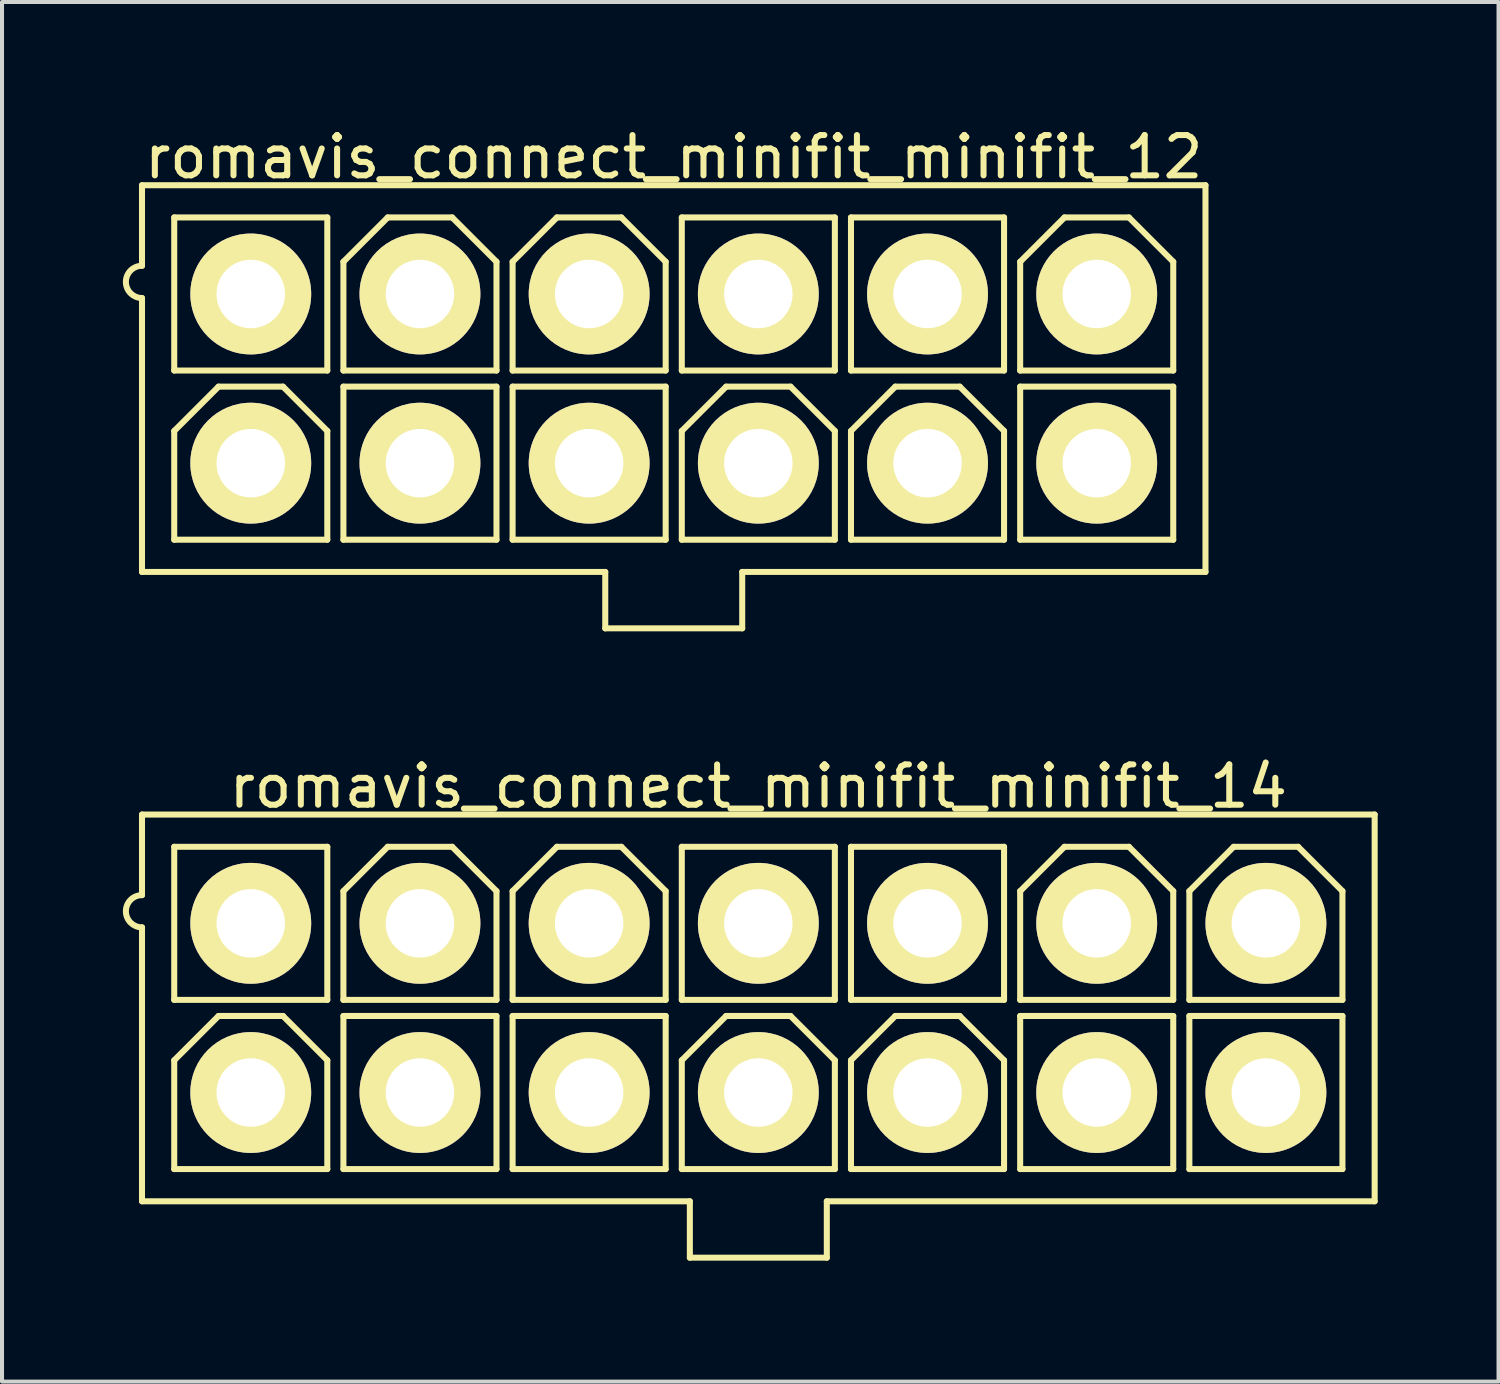
<source format=kicad_pcb>
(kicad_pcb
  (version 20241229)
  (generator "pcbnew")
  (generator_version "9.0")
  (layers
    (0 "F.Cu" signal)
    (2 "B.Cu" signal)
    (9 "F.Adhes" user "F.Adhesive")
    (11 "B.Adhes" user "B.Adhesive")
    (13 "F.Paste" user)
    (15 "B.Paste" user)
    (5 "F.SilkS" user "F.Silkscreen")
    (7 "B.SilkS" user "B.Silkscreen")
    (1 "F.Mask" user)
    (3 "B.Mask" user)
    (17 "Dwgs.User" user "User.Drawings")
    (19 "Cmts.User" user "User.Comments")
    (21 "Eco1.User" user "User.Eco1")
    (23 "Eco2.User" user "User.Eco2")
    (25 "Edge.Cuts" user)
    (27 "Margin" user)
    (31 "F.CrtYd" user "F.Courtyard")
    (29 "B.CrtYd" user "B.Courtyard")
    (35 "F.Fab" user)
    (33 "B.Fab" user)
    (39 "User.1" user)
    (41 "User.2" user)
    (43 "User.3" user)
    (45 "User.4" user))
  (footprint "romavis_connect_minifit_minifit_14"
    (layer "F.Cu")
    (at 15.775 21.971)
    (property "Reference" "romavis_connect_minifit_minifit_14" (at 0 -5.5 0) (layer "F.SilkS") (effects (font (size 1 1) (thickness 0.15))))
    (attr through_hole)
    (fp_line (start -15.3 -4.8) (end -15.3 -2.8) (stroke (width 0.15) (type solid)) (layer "F.SilkS"))
    (fp_line (start -15.3 -4.8) (end 15.3 -4.8) (stroke (width 0.15) (type solid)) (layer "F.SilkS"))
    (fp_line (start -15.3 -2) (end -15.3 4.8) (stroke (width 0.15) (type solid)) (layer "F.SilkS"))
    (fp_line (start -14.5 -4) (end -14.5 -0.2) (stroke (width 0.15) (type solid)) (layer "F.SilkS"))
    (fp_line (start -14.5 -0.2) (end -10.7 -0.2) (stroke (width 0.15) (type solid)) (layer "F.SilkS"))
    (fp_line (start -14.5 1.3) (end -14.5 4) (stroke (width 0.15) (type solid)) (layer "F.SilkS"))
    (fp_line (start -13.4 0.2) (end -14.5 1.3) (stroke (width 0.15) (type solid)) (layer "F.SilkS"))
    (fp_line (start -13.4 0.2) (end -11.8 0.2) (stroke (width 0.15) (type solid)) (layer "F.SilkS"))
    (fp_line (start -11.8 0.2) (end -10.7 1.3) (stroke (width 0.15) (type solid)) (layer "F.SilkS"))
    (fp_line (start -10.7 -4) (end -14.5 -4) (stroke (width 0.15) (type solid)) (layer "F.SilkS"))
    (fp_line (start -10.7 -0.2) (end -10.7 -4) (stroke (width 0.15) (type solid)) (layer "F.SilkS"))
    (fp_line (start -10.7 1.3) (end -10.7 4) (stroke (width 0.15) (type solid)) (layer "F.SilkS"))
    (fp_line (start -10.7 4) (end -14.5 4) (stroke (width 0.15) (type solid)) (layer "F.SilkS"))
    (fp_line (start -10.3 -2.9) (end -10.3 -0.2) (stroke (width 0.15) (type solid)) (layer "F.SilkS"))
    (fp_line (start -10.3 0.2) (end -10.3 4) (stroke (width 0.15) (type solid)) (layer "F.SilkS"))
    (fp_line (start -10.3 4) (end -6.5 4) (stroke (width 0.15) (type solid)) (layer "F.SilkS"))
    (fp_line (start -9.2 -4) (end -10.3 -2.9) (stroke (width 0.15) (type solid)) (layer "F.SilkS"))
    (fp_line (start -9.2 -4) (end -7.6 -4) (stroke (width 0.15) (type solid)) (layer "F.SilkS"))
    (fp_line (start -7.6 -4) (end -6.5 -2.9) (stroke (width 0.15) (type solid)) (layer "F.SilkS"))
    (fp_line (start -6.5 -2.9) (end -6.5 -0.2) (stroke (width 0.15) (type solid)) (layer "F.SilkS"))
    (fp_line (start -6.5 -0.2) (end -10.3 -0.2) (stroke (width 0.15) (type solid)) (layer "F.SilkS"))
    (fp_line (start -6.5 0.2) (end -10.3 0.2) (stroke (width 0.15) (type solid)) (layer "F.SilkS"))
    (fp_line (start -6.5 4) (end -6.5 0.2) (stroke (width 0.15) (type solid)) (layer "F.SilkS"))
    (fp_line (start -6.1 -2.9) (end -6.1 -0.2) (stroke (width 0.15) (type solid)) (layer "F.SilkS"))
    (fp_line (start -6.1 0.2) (end -6.1 4) (stroke (width 0.15) (type solid)) (layer "F.SilkS"))
    (fp_line (start -6.1 4) (end -2.3 4) (stroke (width 0.15) (type solid)) (layer "F.SilkS"))
    (fp_line (start -5 -4) (end -6.1 -2.9) (stroke (width 0.15) (type solid)) (layer "F.SilkS"))
    (fp_line (start -5 -4) (end -3.4 -4) (stroke (width 0.15) (type solid)) (layer "F.SilkS"))
    (fp_line (start -3.4 -4) (end -2.3 -2.9) (stroke (width 0.15) (type solid)) (layer "F.SilkS"))
    (fp_line (start -2.3 -2.9) (end -2.3 -0.2) (stroke (width 0.15) (type solid)) (layer "F.SilkS"))
    (fp_line (start -2.3 -0.2) (end -6.1 -0.2) (stroke (width 0.15) (type solid)) (layer "F.SilkS"))
    (fp_line (start -2.3 0.2) (end -6.1 0.2) (stroke (width 0.15) (type solid)) (layer "F.SilkS"))
    (fp_line (start -2.3 4) (end -2.3 0.2) (stroke (width 0.15) (type solid)) (layer "F.SilkS"))
    (fp_line (start -1.9 -4) (end -1.9 -0.2) (stroke (width 0.15) (type solid)) (layer "F.SilkS"))
    (fp_line (start -1.9 -0.2) (end 1.9 -0.2) (stroke (width 0.15) (type solid)) (layer "F.SilkS"))
    (fp_line (start -1.9 1.3) (end -1.9 4) (stroke (width 0.15) (type solid)) (layer "F.SilkS"))
    (fp_line (start -1.7 4.8) (end -15.3 4.8) (stroke (width 0.15) (type solid)) (layer "F.SilkS"))
    (fp_line (start -1.7 4.8) (end -1.7 6.2) (stroke (width 0.15) (type solid)) (layer "F.SilkS"))
    (fp_line (start -1.7 6.2) (end 1.7 6.2) (stroke (width 0.15) (type solid)) (layer "F.SilkS"))
    (fp_line (start -0.8 0.2) (end -1.9 1.3) (stroke (width 0.15) (type solid)) (layer "F.SilkS"))
    (fp_line (start -0.8 0.2) (end 0.8 0.2) (stroke (width 0.15) (type solid)) (layer "F.SilkS"))
    (fp_line (start 0.8 0.2) (end 1.9 1.3) (stroke (width 0.15) (type solid)) (layer "F.SilkS"))
    (fp_line (start 1.7 4.8) (end 15.3 4.8) (stroke (width 0.15) (type solid)) (layer "F.SilkS"))
    (fp_line (start 1.7 6.2) (end 1.7 4.8) (stroke (width 0.15) (type solid)) (layer "F.SilkS"))
    (fp_line (start 1.9 -4) (end -1.9 -4) (stroke (width 0.15) (type solid)) (layer "F.SilkS"))
    (fp_line (start 1.9 -0.2) (end 1.9 -4) (stroke (width 0.15) (type solid)) (layer "F.SilkS"))
    (fp_line (start 1.9 1.3) (end 1.9 4) (stroke (width 0.15) (type solid)) (layer "F.SilkS"))
    (fp_line (start 1.9 4) (end -1.9 4) (stroke (width 0.15) (type solid)) (layer "F.SilkS"))
    (fp_line (start 2.3 -4) (end 2.3 -0.2) (stroke (width 0.15) (type solid)) (layer "F.SilkS"))
    (fp_line (start 2.3 -0.2) (end 6.1 -0.2) (stroke (width 0.15) (type solid)) (layer "F.SilkS"))
    (fp_line (start 2.3 1.3) (end 2.3 4) (stroke (width 0.15) (type solid)) (layer "F.SilkS"))
    (fp_line (start 3.4 0.2) (end 2.3 1.3) (stroke (width 0.15) (type solid)) (layer "F.SilkS"))
    (fp_line (start 3.4 0.2) (end 5 0.2) (stroke (width 0.15) (type solid)) (layer "F.SilkS"))
    (fp_line (start 5 0.2) (end 6.1 1.3) (stroke (width 0.15) (type solid)) (layer "F.SilkS"))
    (fp_line (start 6.1 -4) (end 2.3 -4) (stroke (width 0.15) (type solid)) (layer "F.SilkS"))
    (fp_line (start 6.1 -0.2) (end 6.1 -4) (stroke (width 0.15) (type solid)) (layer "F.SilkS"))
    (fp_line (start 6.1 1.3) (end 6.1 4) (stroke (width 0.15) (type solid)) (layer "F.SilkS"))
    (fp_line (start 6.1 4) (end 2.3 4) (stroke (width 0.15) (type solid)) (layer "F.SilkS"))
    (fp_line (start 6.5 -2.9) (end 6.5 -0.2) (stroke (width 0.15) (type solid)) (layer "F.SilkS"))
    (fp_line (start 6.5 0.2) (end 6.5 4) (stroke (width 0.15) (type solid)) (layer "F.SilkS"))
    (fp_line (start 6.5 4) (end 10.3 4) (stroke (width 0.15) (type solid)) (layer "F.SilkS"))
    (fp_line (start 7.6 -4) (end 6.5 -2.9) (stroke (width 0.15) (type solid)) (layer "F.SilkS"))
    (fp_line (start 7.6 -4) (end 9.2 -4) (stroke (width 0.15) (type solid)) (layer "F.SilkS"))
    (fp_line (start 9.2 -4) (end 10.3 -2.9) (stroke (width 0.15) (type solid)) (layer "F.SilkS"))
    (fp_line (start 10.3 -2.9) (end 10.3 -0.2) (stroke (width 0.15) (type solid)) (layer "F.SilkS"))
    (fp_line (start 10.3 -0.2) (end 6.5 -0.2) (stroke (width 0.15) (type solid)) (layer "F.SilkS"))
    (fp_line (start 10.3 0.2) (end 6.5 0.2) (stroke (width 0.15) (type solid)) (layer "F.SilkS"))
    (fp_line (start 10.3 4) (end 10.3 0.2) (stroke (width 0.15) (type solid)) (layer "F.SilkS"))
    (fp_line (start 10.7 -2.9) (end 10.7 -0.2) (stroke (width 0.15) (type solid)) (layer "F.SilkS"))
    (fp_line (start 10.7 0.2) (end 10.7 4) (stroke (width 0.15) (type solid)) (layer "F.SilkS"))
    (fp_line (start 10.7 4) (end 14.5 4) (stroke (width 0.15) (type solid)) (layer "F.SilkS"))
    (fp_line (start 11.8 -4) (end 10.7 -2.9) (stroke (width 0.15) (type solid)) (layer "F.SilkS"))
    (fp_line (start 11.8 -4) (end 13.4 -4) (stroke (width 0.15) (type solid)) (layer "F.SilkS"))
    (fp_line (start 13.4 -4) (end 14.5 -2.9) (stroke (width 0.15) (type solid)) (layer "F.SilkS"))
    (fp_line (start 14.5 -2.9) (end 14.5 -0.2) (stroke (width 0.15) (type solid)) (layer "F.SilkS"))
    (fp_line (start 14.5 -0.2) (end 10.7 -0.2) (stroke (width 0.15) (type solid)) (layer "F.SilkS"))
    (fp_line (start 14.5 0.2) (end 10.7 0.2) (stroke (width 0.15) (type solid)) (layer "F.SilkS"))
    (fp_line (start 14.5 4) (end 14.5 0.2) (stroke (width 0.15) (type solid)) (layer "F.SilkS"))
    (fp_line (start 15.3 -4.8) (end 15.3 4.8) (stroke (width 0.15) (type solid)) (layer "F.SilkS"))
    (fp_arc (start -15.3 -2) (mid -15.7 -2.4) (end -15.3 -2.8) (stroke (width 0.15) (type solid)) (layer "F.SilkS"))
    (pad "1" thru_hole circle (at -12.6 -2.1) (size 3 3) (drill 1.7) (layers "*.Cu" "*.Mask" "F.SilkS"))
    (pad "2" thru_hole circle (at -8.4 -2.1) (size 3 3) (drill 1.7) (layers "*.Cu" "*.Mask" "F.SilkS"))
    (pad "3" thru_hole circle (at -4.2 -2.1) (size 3 3) (drill 1.7) (layers "*.Cu" "*.Mask" "F.SilkS"))
    (pad "4" thru_hole circle (at 0 -2.1) (size 3 3) (drill 1.7) (layers "*.Cu" "*.Mask" "F.SilkS"))
    (pad "5" thru_hole circle (at 4.2 -2.1) (size 3 3) (drill 1.7) (layers "*.Cu" "*.Mask" "F.SilkS"))
    (pad "6" thru_hole circle (at 8.4 -2.1) (size 3 3) (drill 1.7) (layers "*.Cu" "*.Mask" "F.SilkS"))
    (pad "7" thru_hole circle (at 12.6 -2.1) (size 3 3) (drill 1.7) (layers "*.Cu" "*.Mask" "F.SilkS"))
    (pad "8" thru_hole circle (at -12.6 2.1) (size 3 3) (drill 1.7) (layers "*.Cu" "*.Mask" "F.SilkS"))
    (pad "9" thru_hole circle (at -8.4 2.1) (size 3 3) (drill 1.7) (layers "*.Cu" "*.Mask" "F.SilkS"))
    (pad "10" thru_hole circle (at -4.2 2.1) (size 3 3) (drill 1.7) (layers "*.Cu" "*.Mask" "F.SilkS"))
    (pad "11" thru_hole circle (at 0 2.1) (size 3 3) (drill 1.7) (layers "*.Cu" "*.Mask" "F.SilkS"))
    (pad "12" thru_hole circle (at 4.2 2.1) (size 3 3) (drill 1.7) (layers "*.Cu" "*.Mask" "F.SilkS"))
    (pad "13" thru_hole circle (at 8.4 2.1) (size 3 3) (drill 1.7) (layers "*.Cu" "*.Mask" "F.SilkS"))
    (pad "14" thru_hole circle (at 12.6 2.1) (size 3 3) (drill 1.7) (layers "*.Cu" "*.Mask" "F.SilkS")))
  (footprint "romavis_connect_minifit_minifit_12"
    (layer "F.Cu")
    (at 13.675 6.348)
    (property "Reference" "romavis_connect_minifit_minifit_12" (at 0 -5.5 0) (layer "F.SilkS") (effects (font (size 1 1) (thickness 0.15))))
    (attr through_hole)
    (fp_line (start -13.2 -4.8) (end -13.2 -2.8) (stroke (width 0.15) (type solid)) (layer "F.SilkS"))
    (fp_line (start -13.2 -2) (end -13.2 4.8) (stroke (width 0.15) (type solid)) (layer "F.SilkS"))
    (fp_line (start -13.2 4.8) (end -1.7 4.8) (stroke (width 0.15) (type solid)) (layer "F.SilkS"))
    (fp_line (start -12.4 -4) (end -12.4 -0.2) (stroke (width 0.15) (type solid)) (layer "F.SilkS"))
    (fp_line (start -12.4 -0.2) (end -8.6 -0.2) (stroke (width 0.15) (type solid)) (layer "F.SilkS"))
    (fp_line (start -12.4 1.3) (end -12.4 4) (stroke (width 0.15) (type solid)) (layer "F.SilkS"))
    (fp_line (start -11.3 0.2) (end -12.4 1.3) (stroke (width 0.15) (type solid)) (layer "F.SilkS"))
    (fp_line (start -11.3 0.2) (end -9.7 0.2) (stroke (width 0.15) (type solid)) (layer "F.SilkS"))
    (fp_line (start -9.7 0.2) (end -8.6 1.3) (stroke (width 0.15) (type solid)) (layer "F.SilkS"))
    (fp_line (start -8.6 -4) (end -12.4 -4) (stroke (width 0.15) (type solid)) (layer "F.SilkS"))
    (fp_line (start -8.6 -0.2) (end -8.6 -4) (stroke (width 0.15) (type solid)) (layer "F.SilkS"))
    (fp_line (start -8.6 1.3) (end -8.6 4) (stroke (width 0.15) (type solid)) (layer "F.SilkS"))
    (fp_line (start -8.6 4) (end -12.4 4) (stroke (width 0.15) (type solid)) (layer "F.SilkS"))
    (fp_line (start -8.2 -2.9) (end -8.2 -0.2) (stroke (width 0.15) (type solid)) (layer "F.SilkS"))
    (fp_line (start -8.2 0.2) (end -8.2 4) (stroke (width 0.15) (type solid)) (layer "F.SilkS"))
    (fp_line (start -8.2 4) (end -4.4 4) (stroke (width 0.15) (type solid)) (layer "F.SilkS"))
    (fp_line (start -7.1 -4) (end -8.2 -2.9) (stroke (width 0.15) (type solid)) (layer "F.SilkS"))
    (fp_line (start -7.1 -4) (end -5.5 -4) (stroke (width 0.15) (type solid)) (layer "F.SilkS"))
    (fp_line (start -5.5 -4) (end -4.4 -2.9) (stroke (width 0.15) (type solid)) (layer "F.SilkS"))
    (fp_line (start -4.4 -2.9) (end -4.4 -0.2) (stroke (width 0.15) (type solid)) (layer "F.SilkS"))
    (fp_line (start -4.4 -0.2) (end -8.2 -0.2) (stroke (width 0.15) (type solid)) (layer "F.SilkS"))
    (fp_line (start -4.4 0.2) (end -8.2 0.2) (stroke (width 0.15) (type solid)) (layer "F.SilkS"))
    (fp_line (start -4.4 4) (end -4.4 0.2) (stroke (width 0.15) (type solid)) (layer "F.SilkS"))
    (fp_line (start -4 -2.9) (end -4 -0.2) (stroke (width 0.15) (type solid)) (layer "F.SilkS"))
    (fp_line (start -4 0.2) (end -4 4) (stroke (width 0.15) (type solid)) (layer "F.SilkS"))
    (fp_line (start -4 4) (end -0.2 4) (stroke (width 0.15) (type solid)) (layer "F.SilkS"))
    (fp_line (start -2.9 -4) (end -4 -2.9) (stroke (width 0.15) (type solid)) (layer "F.SilkS"))
    (fp_line (start -2.9 -4) (end -1.3 -4) (stroke (width 0.15) (type solid)) (layer "F.SilkS"))
    (fp_line (start -1.7 4.8) (end -1.7 6.2) (stroke (width 0.15) (type solid)) (layer "F.SilkS"))
    (fp_line (start -1.7 6.2) (end 1.7 6.2) (stroke (width 0.15) (type solid)) (layer "F.SilkS"))
    (fp_line (start -1.3 -4) (end -0.2 -2.9) (stroke (width 0.15) (type solid)) (layer "F.SilkS"))
    (fp_line (start -0.2 -2.9) (end -0.2 -0.2) (stroke (width 0.15) (type solid)) (layer "F.SilkS"))
    (fp_line (start -0.2 -0.2) (end -4 -0.2) (stroke (width 0.15) (type solid)) (layer "F.SilkS"))
    (fp_line (start -0.2 0.2) (end -4 0.2) (stroke (width 0.15) (type solid)) (layer "F.SilkS"))
    (fp_line (start -0.2 4) (end -0.2 0.2) (stroke (width 0.15) (type solid)) (layer "F.SilkS"))
    (fp_line (start 0.2 -4) (end 0.2 -0.2) (stroke (width 0.15) (type solid)) (layer "F.SilkS"))
    (fp_line (start 0.2 -0.2) (end 4 -0.2) (stroke (width 0.15) (type solid)) (layer "F.SilkS"))
    (fp_line (start 0.2 1.3) (end 0.2 4) (stroke (width 0.15) (type solid)) (layer "F.SilkS"))
    (fp_line (start 1.3 0.2) (end 0.2 1.3) (stroke (width 0.15) (type solid)) (layer "F.SilkS"))
    (fp_line (start 1.3 0.2) (end 2.9 0.2) (stroke (width 0.15) (type solid)) (layer "F.SilkS"))
    (fp_line (start 1.7 4.8) (end 13.2 4.8) (stroke (width 0.15) (type solid)) (layer "F.SilkS"))
    (fp_line (start 1.7 6.2) (end 1.7 4.8) (stroke (width 0.15) (type solid)) (layer "F.SilkS"))
    (fp_line (start 2.9 0.2) (end 4 1.3) (stroke (width 0.15) (type solid)) (layer "F.SilkS"))
    (fp_line (start 4 -4) (end 0.2 -4) (stroke (width 0.15) (type solid)) (layer "F.SilkS"))
    (fp_line (start 4 -0.2) (end 4 -4) (stroke (width 0.15) (type solid)) (layer "F.SilkS"))
    (fp_line (start 4 1.3) (end 4 4) (stroke (width 0.15) (type solid)) (layer "F.SilkS"))
    (fp_line (start 4 4) (end 0.2 4) (stroke (width 0.15) (type solid)) (layer "F.SilkS"))
    (fp_line (start 4.4 -4) (end 4.4 -0.2) (stroke (width 0.15) (type solid)) (layer "F.SilkS"))
    (fp_line (start 4.4 -0.2) (end 8.2 -0.2) (stroke (width 0.15) (type solid)) (layer "F.SilkS"))
    (fp_line (start 4.4 1.3) (end 4.4 4) (stroke (width 0.15) (type solid)) (layer "F.SilkS"))
    (fp_line (start 5.5 0.2) (end 4.4 1.3) (stroke (width 0.15) (type solid)) (layer "F.SilkS"))
    (fp_line (start 5.5 0.2) (end 7.1 0.2) (stroke (width 0.15) (type solid)) (layer "F.SilkS"))
    (fp_line (start 7.1 0.2) (end 8.2 1.3) (stroke (width 0.15) (type solid)) (layer "F.SilkS"))
    (fp_line (start 8.2 -4) (end 4.4 -4) (stroke (width 0.15) (type solid)) (layer "F.SilkS"))
    (fp_line (start 8.2 -0.2) (end 8.2 -4) (stroke (width 0.15) (type solid)) (layer "F.SilkS"))
    (fp_line (start 8.2 1.3) (end 8.2 4) (stroke (width 0.15) (type solid)) (layer "F.SilkS"))
    (fp_line (start 8.2 4) (end 4.4 4) (stroke (width 0.15) (type solid)) (layer "F.SilkS"))
    (fp_line (start 8.6 -2.9) (end 8.6 -0.2) (stroke (width 0.15) (type solid)) (layer "F.SilkS"))
    (fp_line (start 8.6 0.2) (end 8.6 4) (stroke (width 0.15) (type solid)) (layer "F.SilkS"))
    (fp_line (start 8.6 4) (end 12.4 4) (stroke (width 0.15) (type solid)) (layer "F.SilkS"))
    (fp_line (start 9.7 -4) (end 8.6 -2.9) (stroke (width 0.15) (type solid)) (layer "F.SilkS"))
    (fp_line (start 9.7 -4) (end 11.3 -4) (stroke (width 0.15) (type solid)) (layer "F.SilkS"))
    (fp_line (start 11.3 -4) (end 12.4 -2.9) (stroke (width 0.15) (type solid)) (layer "F.SilkS"))
    (fp_line (start 12.4 -2.9) (end 12.4 -0.2) (stroke (width 0.15) (type solid)) (layer "F.SilkS"))
    (fp_line (start 12.4 -0.2) (end 8.6 -0.2) (stroke (width 0.15) (type solid)) (layer "F.SilkS"))
    (fp_line (start 12.4 0.2) (end 8.6 0.2) (stroke (width 0.15) (type solid)) (layer "F.SilkS"))
    (fp_line (start 12.4 4) (end 12.4 0.2) (stroke (width 0.15) (type solid)) (layer "F.SilkS"))
    (fp_line (start 13.2 -4.8) (end -13.2 -4.8) (stroke (width 0.15) (type solid)) (layer "F.SilkS"))
    (fp_line (start 13.2 -4.8) (end 13.2 4.8) (stroke (width 0.15) (type solid)) (layer "F.SilkS"))
    (fp_arc (start -13.2 -2) (mid -13.6 -2.4) (end -13.2 -2.8) (stroke (width 0.15) (type solid)) (layer "F.SilkS"))
    (pad "1" thru_hole circle (at -10.5 -2.1) (size 3 3) (drill 1.7) (layers "*.Cu" "*.Mask" "F.SilkS"))
    (pad "2" thru_hole circle (at -6.3 -2.1) (size 3 3) (drill 1.7) (layers "*.Cu" "*.Mask" "F.SilkS"))
    (pad "3" thru_hole circle (at -2.1 -2.1) (size 3 3) (drill 1.7) (layers "*.Cu" "*.Mask" "F.SilkS"))
    (pad "4" thru_hole circle (at 2.1 -2.1) (size 3 3) (drill 1.7) (layers "*.Cu" "*.Mask" "F.SilkS"))
    (pad "5" thru_hole circle (at 6.3 -2.1) (size 3 3) (drill 1.7) (layers "*.Cu" "*.Mask" "F.SilkS"))
    (pad "6" thru_hole circle (at 10.5 -2.1) (size 3 3) (drill 1.7) (layers "*.Cu" "*.Mask" "F.SilkS"))
    (pad "7" thru_hole circle (at -10.5 2.1) (size 3 3) (drill 1.7) (layers "*.Cu" "*.Mask" "F.SilkS"))
    (pad "8" thru_hole circle (at -6.3 2.1) (size 3 3) (drill 1.7) (layers "*.Cu" "*.Mask" "F.SilkS"))
    (pad "9" thru_hole circle (at -2.1 2.1) (size 3 3) (drill 1.7) (layers "*.Cu" "*.Mask" "F.SilkS"))
    (pad "10" thru_hole circle (at 2.1 2.1) (size 3 3) (drill 1.7) (layers "*.Cu" "*.Mask" "F.SilkS"))
    (pad "11" thru_hole circle (at 6.3 2.1) (size 3 3) (drill 1.7) (layers "*.Cu" "*.Mask" "F.SilkS"))
    (pad "12" thru_hole circle (at 10.5 2.1) (size 3 3) (drill 1.7) (layers "*.Cu" "*.Mask" "F.SilkS")))
  (gr_rect
    (start -3 -3)
    (end 34.15 31.247)
    (stroke (width 0.1) (type default))
    (fill no)
    (layer "Edge.Cuts")))
</source>
